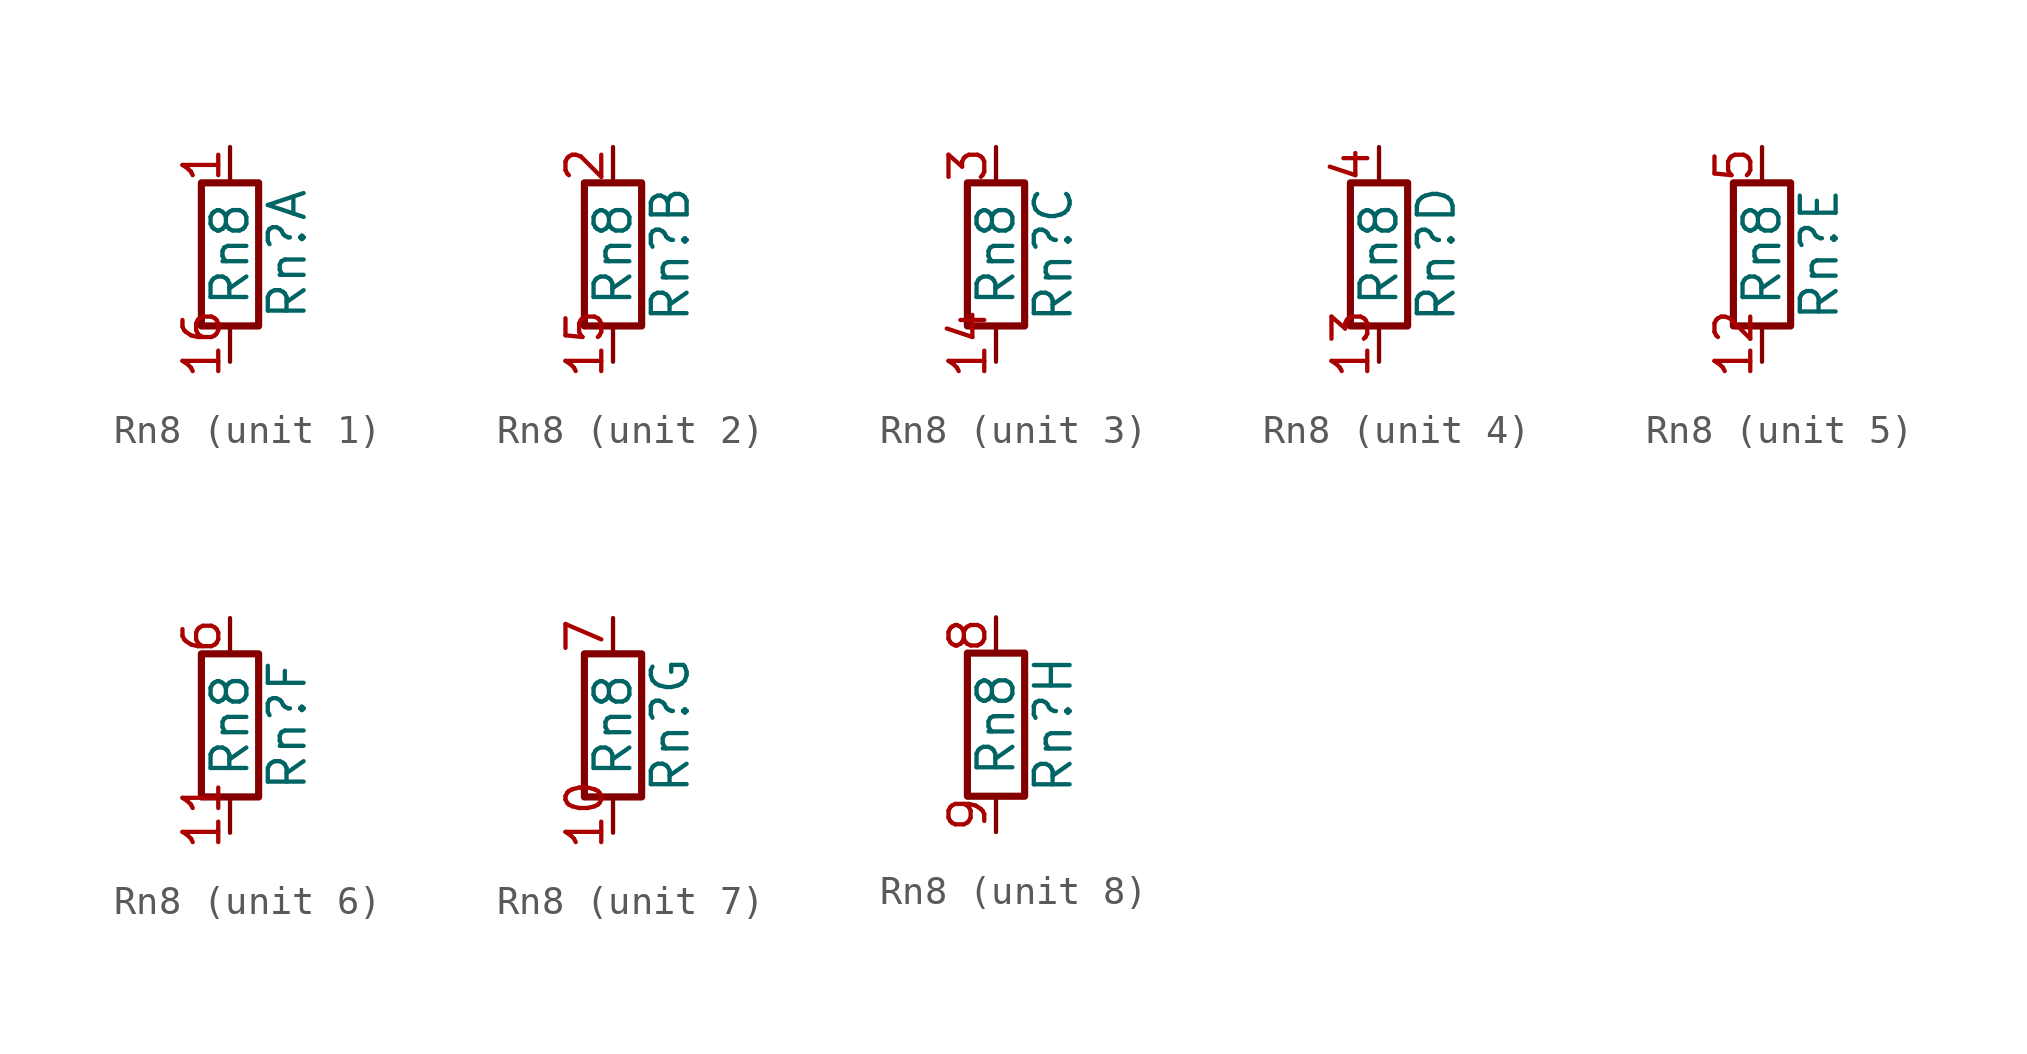
<source format=kicad_sym>
(kicad_symbol_lib
  (version 20220914)
  (generator kicad_symbol_editor)
  (symbol "Rn8"
    (pin_names
      (offset 0))
    (property "Reference" "Rn"
      (at 2.032 0 90)
      (effects (font (size 1.27 1.27))))
    (property "Value" "Rn8"
      (at 0 0 90)
      (effects (font (size 1.27 1.27))))
    (property "ki_locked" ""
      (at 0 0 0)
      (effects (font (size 1.27 1.27))))
    (symbol "Rn8_0_1"
      (rectangle (start -1.016 -2.54) (end 1.016 2.54) (stroke (width 0.254) (type solid)) (fill (type none))))
    (symbol "Rn8_1_1"
      (pin passive line (at 0 3.81 270) (length 1.27) (name "~" (effects (font (size 1.27 1.27)))) (number "1" (effects (font (size 1.27 1.27)))))
      (pin passive line (at 0 -3.81 90) (length 1.27) (name "~" (effects (font (size 1.27 1.27)))) (number "16" (effects (font (size 1.27 1.27))))))
    (symbol "Rn8_2_1"
      (pin passive line (at 0 -3.81 90) (length 1.27) (name "~" (effects (font (size 1.27 1.27)))) (number "15" (effects (font (size 1.27 1.27)))))
      (pin passive line (at 0 3.81 270) (length 1.27) (name "~" (effects (font (size 1.27 1.27)))) (number "2" (effects (font (size 1.27 1.27))))))
    (symbol "Rn8_3_1"
      (pin passive line (at 0 -3.81 90) (length 1.27) (name "~" (effects (font (size 1.27 1.27)))) (number "14" (effects (font (size 1.27 1.27)))))
      (pin passive line (at 0 3.81 270) (length 1.27) (name "~" (effects (font (size 1.27 1.27)))) (number "3" (effects (font (size 1.27 1.27))))))
    (symbol "Rn8_4_1"
      (pin passive line (at 0 -3.81 90) (length 1.27) (name "~" (effects (font (size 1.27 1.27)))) (number "13" (effects (font (size 1.27 1.27)))))
      (pin passive line (at 0 3.81 270) (length 1.27) (name "~" (effects (font (size 1.27 1.27)))) (number "4" (effects (font (size 1.27 1.27))))))
    (symbol "Rn8_5_1"
      (pin passive line (at 0 -3.81 90) (length 1.27) (name "~" (effects (font (size 1.27 1.27)))) (number "12" (effects (font (size 1.27 1.27)))))
      (pin passive line (at 0 3.81 270) (length 1.27) (name "~" (effects (font (size 1.27 1.27)))) (number "5" (effects (font (size 1.27 1.27))))))
    (symbol "Rn8_6_1"
      (pin passive line (at 0 -3.81 90) (length 1.27) (name "~" (effects (font (size 1.27 1.27)))) (number "11" (effects (font (size 1.27 1.27)))))
      (pin passive line (at 0 3.81 270) (length 1.27) (name "~" (effects (font (size 1.27 1.27)))) (number "6" (effects (font (size 1.27 1.27))))))
    (symbol "Rn8_7_1"
      (pin passive line (at 0 -3.81 90) (length 1.27) (name "~" (effects (font (size 1.27 1.27)))) (number "10" (effects (font (size 1.27 1.27)))))
      (pin passive line (at 0 3.81 270) (length 1.27) (name "~" (effects (font (size 1.27 1.27)))) (number "7" (effects (font (size 1.27 1.27))))))
    (symbol "Rn8_8_1"
      (pin passive line (at 0 3.81 270) (length 1.27) (name "~" (effects (font (size 1.27 1.27)))) (number "8" (effects (font (size 1.27 1.27)))))
      (pin passive line (at 0 -3.81 90) (length 1.27) (name "~" (effects (font (size 1.27 1.27)))) (number "9" (effects (font (size 1.27 1.27))))))))
</source>
